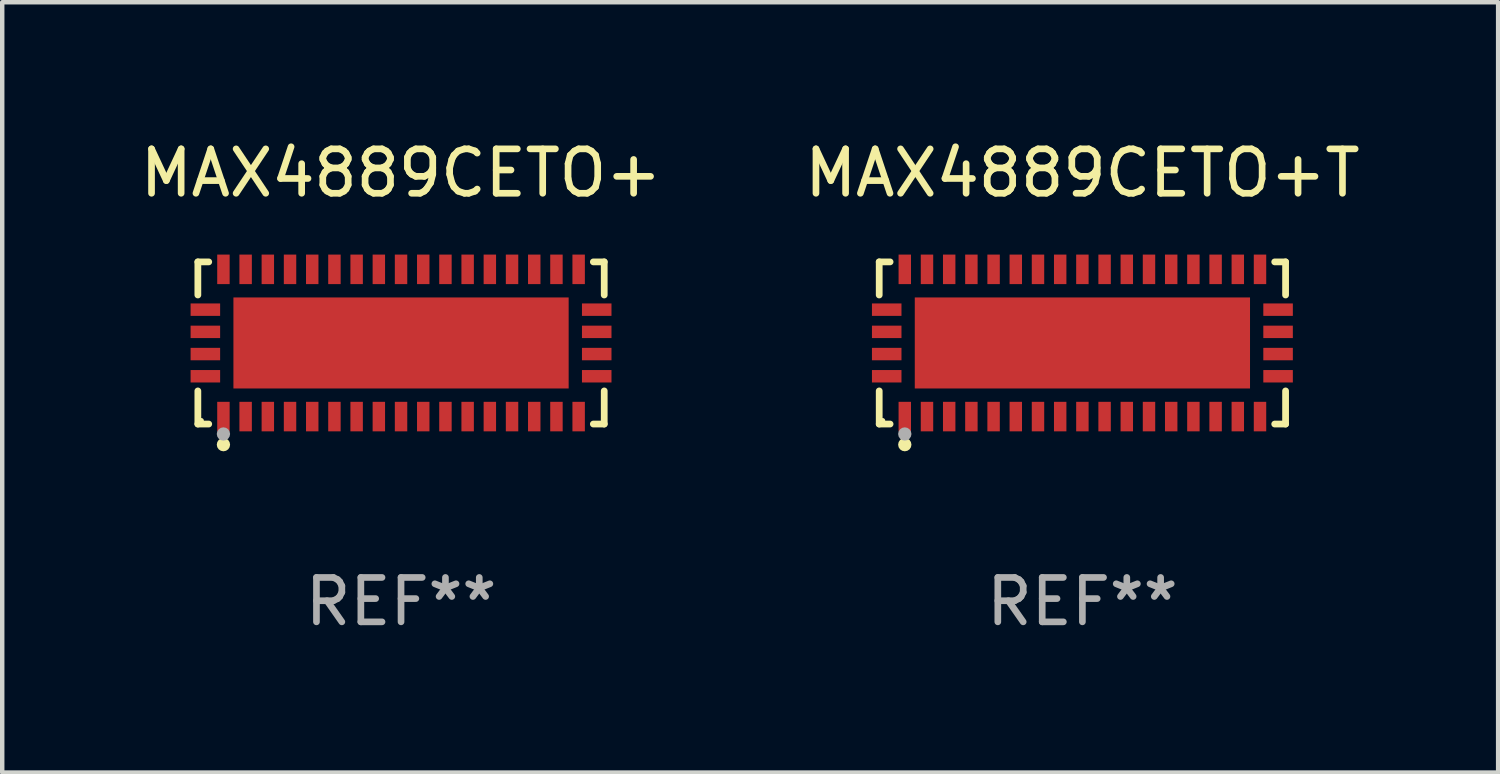
<source format=kicad_pcb>
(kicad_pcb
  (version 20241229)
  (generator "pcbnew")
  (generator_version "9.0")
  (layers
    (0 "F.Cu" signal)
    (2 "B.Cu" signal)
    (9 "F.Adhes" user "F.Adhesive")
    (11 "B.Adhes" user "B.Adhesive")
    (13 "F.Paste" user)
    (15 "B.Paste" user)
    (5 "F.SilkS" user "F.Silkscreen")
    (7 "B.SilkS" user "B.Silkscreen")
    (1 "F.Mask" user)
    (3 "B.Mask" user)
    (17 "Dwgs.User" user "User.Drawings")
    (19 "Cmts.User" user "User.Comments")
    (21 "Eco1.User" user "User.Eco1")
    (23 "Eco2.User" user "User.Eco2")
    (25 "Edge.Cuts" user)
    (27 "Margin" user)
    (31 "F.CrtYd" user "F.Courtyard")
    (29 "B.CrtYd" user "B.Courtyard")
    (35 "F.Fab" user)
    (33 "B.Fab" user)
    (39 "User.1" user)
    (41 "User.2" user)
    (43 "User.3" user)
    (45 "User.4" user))
  (footprint "MAX4889CETO+"
    (layer "F.Cu")
    (at 5.982 4.674)
    (property "Reference" "MAX4889CETO+" (at 0 -3.826 0) (layer "F.SilkS") (effects (font (size 1 1) (thickness 0.15))))
    (attr through_hole)
    (fp_line (start -4.576 -1.826) (end -4.331 -1.826) (stroke (width 0.152) (type solid)) (layer "F.SilkS"))
    (fp_line (start -4.576 -1.08) (end -4.576 -1.826) (stroke (width 0.152) (type solid)) (layer "F.SilkS"))
    (fp_line (start -4.576 1.08) (end -4.576 1.826) (stroke (width 0.152) (type solid)) (layer "F.SilkS"))
    (fp_line (start -4.576 1.826) (end -4.331 1.826) (stroke (width 0.152) (type solid)) (layer "F.SilkS"))
    (fp_line (start 4.576 -1.826) (end 4.331 -1.826) (stroke (width 0.152) (type solid)) (layer "F.SilkS"))
    (fp_line (start 4.576 -1.08) (end 4.576 -1.826) (stroke (width 0.152) (type solid)) (layer "F.SilkS"))
    (fp_line (start 4.576 1.08) (end 4.576 1.826) (stroke (width 0.152) (type solid)) (layer "F.SilkS"))
    (fp_line (start 4.576 1.826) (end 4.331 1.826) (stroke (width 0.152) (type solid)) (layer "F.SilkS"))
    (fp_circle (center -4.5 1.75) (end -4.47 1.75) (stroke (width 0.06) (type solid)) (fill no) (layer "F.SilkS"))
    (fp_circle (center -4 2.29) (end -3.925 2.29) (stroke (width 0.15) (type solid)) (fill no) (layer "F.SilkS"))
    (fp_circle (center -4 2.05) (end -3.925 2.05) (stroke (width 0.15) (type solid)) (fill no) (layer "F.Fab"))
    (fp_text user "REF**" (at 0 5.826 0) (layer "F.Fab") (effects (font (size 1 1) (thickness 0.15))))
    (pad "1" smd rect (at -4 1.658) (size 0.28 0.665) (layers "F.Cu" "F.Mask" "F.Paste"))
    (pad "2" smd rect (at -3.5 1.658) (size 0.28 0.665) (layers "F.Cu" "F.Mask" "F.Paste"))
    (pad "3" smd rect (at -3 1.658) (size 0.28 0.665) (layers "F.Cu" "F.Mask" "F.Paste"))
    (pad "4" smd rect (at -2.5 1.658) (size 0.28 0.665) (layers "F.Cu" "F.Mask" "F.Paste"))
    (pad "5" smd rect (at -2 1.658) (size 0.28 0.665) (layers "F.Cu" "F.Mask" "F.Paste"))
    (pad "6" smd rect (at -1.5 1.658) (size 0.28 0.665) (layers "F.Cu" "F.Mask" "F.Paste"))
    (pad "7" smd rect (at -1 1.658) (size 0.28 0.665) (layers "F.Cu" "F.Mask" "F.Paste"))
    (pad "8" smd rect (at -0.5 1.658) (size 0.28 0.665) (layers "F.Cu" "F.Mask" "F.Paste"))
    (pad "9" smd rect (at 0 1.658) (size 0.28 0.665) (layers "F.Cu" "F.Mask" "F.Paste"))
    (pad "10" smd rect (at 0.5 1.658) (size 0.28 0.665) (layers "F.Cu" "F.Mask" "F.Paste"))
    (pad "11" smd rect (at 1 1.658) (size 0.28 0.665) (layers "F.Cu" "F.Mask" "F.Paste"))
    (pad "12" smd rect (at 1.5 1.658) (size 0.28 0.665) (layers "F.Cu" "F.Mask" "F.Paste"))
    (pad "13" smd rect (at 2 1.658) (size 0.28 0.665) (layers "F.Cu" "F.Mask" "F.Paste"))
    (pad "14" smd rect (at 2.5 1.658) (size 0.28 0.665) (layers "F.Cu" "F.Mask" "F.Paste"))
    (pad "15" smd rect (at 3 1.658) (size 0.28 0.665) (layers "F.Cu" "F.Mask" "F.Paste"))
    (pad "16" smd rect (at 3.5 1.658) (size 0.28 0.665) (layers "F.Cu" "F.Mask" "F.Paste"))
    (pad "17" smd rect (at 4 1.658) (size 0.28 0.665) (layers "F.Cu" "F.Mask" "F.Paste"))
    (pad "18" smd rect (at 4.407 0.75) (size 0.665 0.28) (layers "F.Cu" "F.Mask" "F.Paste"))
    (pad "19" smd rect (at 4.407 0.25) (size 0.665 0.28) (layers "F.Cu" "F.Mask" "F.Paste"))
    (pad "20" smd rect (at 4.407 -0.25) (size 0.665 0.28) (layers "F.Cu" "F.Mask" "F.Paste"))
    (pad "21" smd rect (at 4.407 -0.75) (size 0.665 0.28) (layers "F.Cu" "F.Mask" "F.Paste"))
    (pad "22" smd rect (at 4 -1.658) (size 0.28 0.665) (layers "F.Cu" "F.Mask" "F.Paste"))
    (pad "23" smd rect (at 3.5 -1.658) (size 0.28 0.665) (layers "F.Cu" "F.Mask" "F.Paste"))
    (pad "24" smd rect (at 3 -1.658) (size 0.28 0.665) (layers "F.Cu" "F.Mask" "F.Paste"))
    (pad "25" smd rect (at 2.5 -1.658) (size 0.28 0.665) (layers "F.Cu" "F.Mask" "F.Paste"))
    (pad "26" smd rect (at 2 -1.658) (size 0.28 0.665) (layers "F.Cu" "F.Mask" "F.Paste"))
    (pad "27" smd rect (at 1.5 -1.658) (size 0.28 0.665) (layers "F.Cu" "F.Mask" "F.Paste"))
    (pad "28" smd rect (at 1 -1.658) (size 0.28 0.665) (layers "F.Cu" "F.Mask" "F.Paste"))
    (pad "29" smd rect (at 0.5 -1.658) (size 0.28 0.665) (layers "F.Cu" "F.Mask" "F.Paste"))
    (pad "30" smd rect (at 0 -1.658) (size 0.28 0.665) (layers "F.Cu" "F.Mask" "F.Paste"))
    (pad "31" smd rect (at -0.5 -1.658) (size 0.28 0.665) (layers "F.Cu" "F.Mask" "F.Paste"))
    (pad "32" smd rect (at -1 -1.658) (size 0.28 0.665) (layers "F.Cu" "F.Mask" "F.Paste"))
    (pad "33" smd rect (at -1.5 -1.658) (size 0.28 0.665) (layers "F.Cu" "F.Mask" "F.Paste"))
    (pad "34" smd rect (at -2 -1.658) (size 0.28 0.665) (layers "F.Cu" "F.Mask" "F.Paste"))
    (pad "35" smd rect (at -2.5 -1.658) (size 0.28 0.665) (layers "F.Cu" "F.Mask" "F.Paste"))
    (pad "36" smd rect (at -3 -1.658) (size 0.28 0.665) (layers "F.Cu" "F.Mask" "F.Paste"))
    (pad "37" smd rect (at -3.5 -1.658) (size 0.28 0.665) (layers "F.Cu" "F.Mask" "F.Paste"))
    (pad "38" smd rect (at -4 -1.658) (size 0.28 0.665) (layers "F.Cu" "F.Mask" "F.Paste"))
    (pad "39" smd rect (at -4.407 -0.75) (size 0.665 0.28) (layers "F.Cu" "F.Mask" "F.Paste"))
    (pad "40" smd rect (at -4.407 -0.25) (size 0.665 0.28) (layers "F.Cu" "F.Mask" "F.Paste"))
    (pad "41" smd rect (at -4.407 0.25) (size 0.665 0.28) (layers "F.Cu" "F.Mask" "F.Paste"))
    (pad "42" smd rect (at -4.407 0.75) (size 0.665 0.28) (layers "F.Cu" "F.Mask" "F.Paste"))
    (pad "43" smd rect (at 0 0) (size 7.55 2.05) (layers "F.Cu" "F.Mask" "F.Paste")))
  (footprint "MAX4889CETO+T"
    (layer "F.Cu")
    (at 21.327 4.674)
    (property "Reference" "MAX4889CETO+T" (at 0 -3.826 0) (layer "F.SilkS") (effects (font (size 1 1) (thickness 0.15))))
    (attr through_hole)
    (fp_line (start -4.576 -1.826) (end -4.331 -1.826) (stroke (width 0.152) (type solid)) (layer "F.SilkS"))
    (fp_line (start -4.576 -1.08) (end -4.576 -1.826) (stroke (width 0.152) (type solid)) (layer "F.SilkS"))
    (fp_line (start -4.576 1.08) (end -4.576 1.826) (stroke (width 0.152) (type solid)) (layer "F.SilkS"))
    (fp_line (start -4.576 1.826) (end -4.331 1.826) (stroke (width 0.152) (type solid)) (layer "F.SilkS"))
    (fp_line (start 4.576 -1.826) (end 4.331 -1.826) (stroke (width 0.152) (type solid)) (layer "F.SilkS"))
    (fp_line (start 4.576 -1.08) (end 4.576 -1.826) (stroke (width 0.152) (type solid)) (layer "F.SilkS"))
    (fp_line (start 4.576 1.08) (end 4.576 1.826) (stroke (width 0.152) (type solid)) (layer "F.SilkS"))
    (fp_line (start 4.576 1.826) (end 4.331 1.826) (stroke (width 0.152) (type solid)) (layer "F.SilkS"))
    (fp_circle (center -4.5 1.75) (end -4.47 1.75) (stroke (width 0.06) (type solid)) (fill no) (layer "F.SilkS"))
    (fp_circle (center -4 2.29) (end -3.925 2.29) (stroke (width 0.15) (type solid)) (fill no) (layer "F.SilkS"))
    (fp_circle (center -4 2.05) (end -3.925 2.05) (stroke (width 0.15) (type solid)) (fill no) (layer "F.Fab"))
    (fp_text user "REF**" (at 0 5.826 0) (layer "F.Fab") (effects (font (size 1 1) (thickness 0.15))))
    (pad "1" smd rect (at -4 1.658) (size 0.28 0.665) (layers "F.Cu" "F.Mask" "F.Paste"))
    (pad "2" smd rect (at -3.5 1.658) (size 0.28 0.665) (layers "F.Cu" "F.Mask" "F.Paste"))
    (pad "3" smd rect (at -3 1.658) (size 0.28 0.665) (layers "F.Cu" "F.Mask" "F.Paste"))
    (pad "4" smd rect (at -2.5 1.658) (size 0.28 0.665) (layers "F.Cu" "F.Mask" "F.Paste"))
    (pad "5" smd rect (at -2 1.658) (size 0.28 0.665) (layers "F.Cu" "F.Mask" "F.Paste"))
    (pad "6" smd rect (at -1.5 1.658) (size 0.28 0.665) (layers "F.Cu" "F.Mask" "F.Paste"))
    (pad "7" smd rect (at -1 1.658) (size 0.28 0.665) (layers "F.Cu" "F.Mask" "F.Paste"))
    (pad "8" smd rect (at -0.5 1.658) (size 0.28 0.665) (layers "F.Cu" "F.Mask" "F.Paste"))
    (pad "9" smd rect (at 0 1.658) (size 0.28 0.665) (layers "F.Cu" "F.Mask" "F.Paste"))
    (pad "10" smd rect (at 0.5 1.658) (size 0.28 0.665) (layers "F.Cu" "F.Mask" "F.Paste"))
    (pad "11" smd rect (at 1 1.658) (size 0.28 0.665) (layers "F.Cu" "F.Mask" "F.Paste"))
    (pad "12" smd rect (at 1.5 1.658) (size 0.28 0.665) (layers "F.Cu" "F.Mask" "F.Paste"))
    (pad "13" smd rect (at 2 1.658) (size 0.28 0.665) (layers "F.Cu" "F.Mask" "F.Paste"))
    (pad "14" smd rect (at 2.5 1.658) (size 0.28 0.665) (layers "F.Cu" "F.Mask" "F.Paste"))
    (pad "15" smd rect (at 3 1.658) (size 0.28 0.665) (layers "F.Cu" "F.Mask" "F.Paste"))
    (pad "16" smd rect (at 3.5 1.658) (size 0.28 0.665) (layers "F.Cu" "F.Mask" "F.Paste"))
    (pad "17" smd rect (at 4 1.658) (size 0.28 0.665) (layers "F.Cu" "F.Mask" "F.Paste"))
    (pad "18" smd rect (at 4.407 0.75) (size 0.665 0.28) (layers "F.Cu" "F.Mask" "F.Paste"))
    (pad "19" smd rect (at 4.407 0.25) (size 0.665 0.28) (layers "F.Cu" "F.Mask" "F.Paste"))
    (pad "20" smd rect (at 4.407 -0.25) (size 0.665 0.28) (layers "F.Cu" "F.Mask" "F.Paste"))
    (pad "21" smd rect (at 4.407 -0.75) (size 0.665 0.28) (layers "F.Cu" "F.Mask" "F.Paste"))
    (pad "22" smd rect (at 4 -1.658) (size 0.28 0.665) (layers "F.Cu" "F.Mask" "F.Paste"))
    (pad "23" smd rect (at 3.5 -1.658) (size 0.28 0.665) (layers "F.Cu" "F.Mask" "F.Paste"))
    (pad "24" smd rect (at 3 -1.658) (size 0.28 0.665) (layers "F.Cu" "F.Mask" "F.Paste"))
    (pad "25" smd rect (at 2.5 -1.658) (size 0.28 0.665) (layers "F.Cu" "F.Mask" "F.Paste"))
    (pad "26" smd rect (at 2 -1.658) (size 0.28 0.665) (layers "F.Cu" "F.Mask" "F.Paste"))
    (pad "27" smd rect (at 1.5 -1.658) (size 0.28 0.665) (layers "F.Cu" "F.Mask" "F.Paste"))
    (pad "28" smd rect (at 1 -1.658) (size 0.28 0.665) (layers "F.Cu" "F.Mask" "F.Paste"))
    (pad "29" smd rect (at 0.5 -1.658) (size 0.28 0.665) (layers "F.Cu" "F.Mask" "F.Paste"))
    (pad "30" smd rect (at 0 -1.658) (size 0.28 0.665) (layers "F.Cu" "F.Mask" "F.Paste"))
    (pad "31" smd rect (at -0.5 -1.658) (size 0.28 0.665) (layers "F.Cu" "F.Mask" "F.Paste"))
    (pad "32" smd rect (at -1 -1.658) (size 0.28 0.665) (layers "F.Cu" "F.Mask" "F.Paste"))
    (pad "33" smd rect (at -1.5 -1.658) (size 0.28 0.665) (layers "F.Cu" "F.Mask" "F.Paste"))
    (pad "34" smd rect (at -2 -1.658) (size 0.28 0.665) (layers "F.Cu" "F.Mask" "F.Paste"))
    (pad "35" smd rect (at -2.5 -1.658) (size 0.28 0.665) (layers "F.Cu" "F.Mask" "F.Paste"))
    (pad "36" smd rect (at -3 -1.658) (size 0.28 0.665) (layers "F.Cu" "F.Mask" "F.Paste"))
    (pad "37" smd rect (at -3.5 -1.658) (size 0.28 0.665) (layers "F.Cu" "F.Mask" "F.Paste"))
    (pad "38" smd rect (at -4 -1.658) (size 0.28 0.665) (layers "F.Cu" "F.Mask" "F.Paste"))
    (pad "39" smd rect (at -4.407 -0.75) (size 0.665 0.28) (layers "F.Cu" "F.Mask" "F.Paste"))
    (pad "40" smd rect (at -4.407 -0.25) (size 0.665 0.28) (layers "F.Cu" "F.Mask" "F.Paste"))
    (pad "41" smd rect (at -4.407 0.25) (size 0.665 0.28) (layers "F.Cu" "F.Mask" "F.Paste"))
    (pad "42" smd rect (at -4.407 0.75) (size 0.665 0.28) (layers "F.Cu" "F.Mask" "F.Paste"))
    (pad "43" smd rect (at 0 0) (size 7.55 2.05) (layers "F.Cu" "F.Mask" "F.Paste")))
  (gr_rect
    (start -3 -3)
    (end 30.69 14.349)
    (stroke (width 0.1) (type default))
    (fill no)
    (layer "Edge.Cuts")))
</source>
